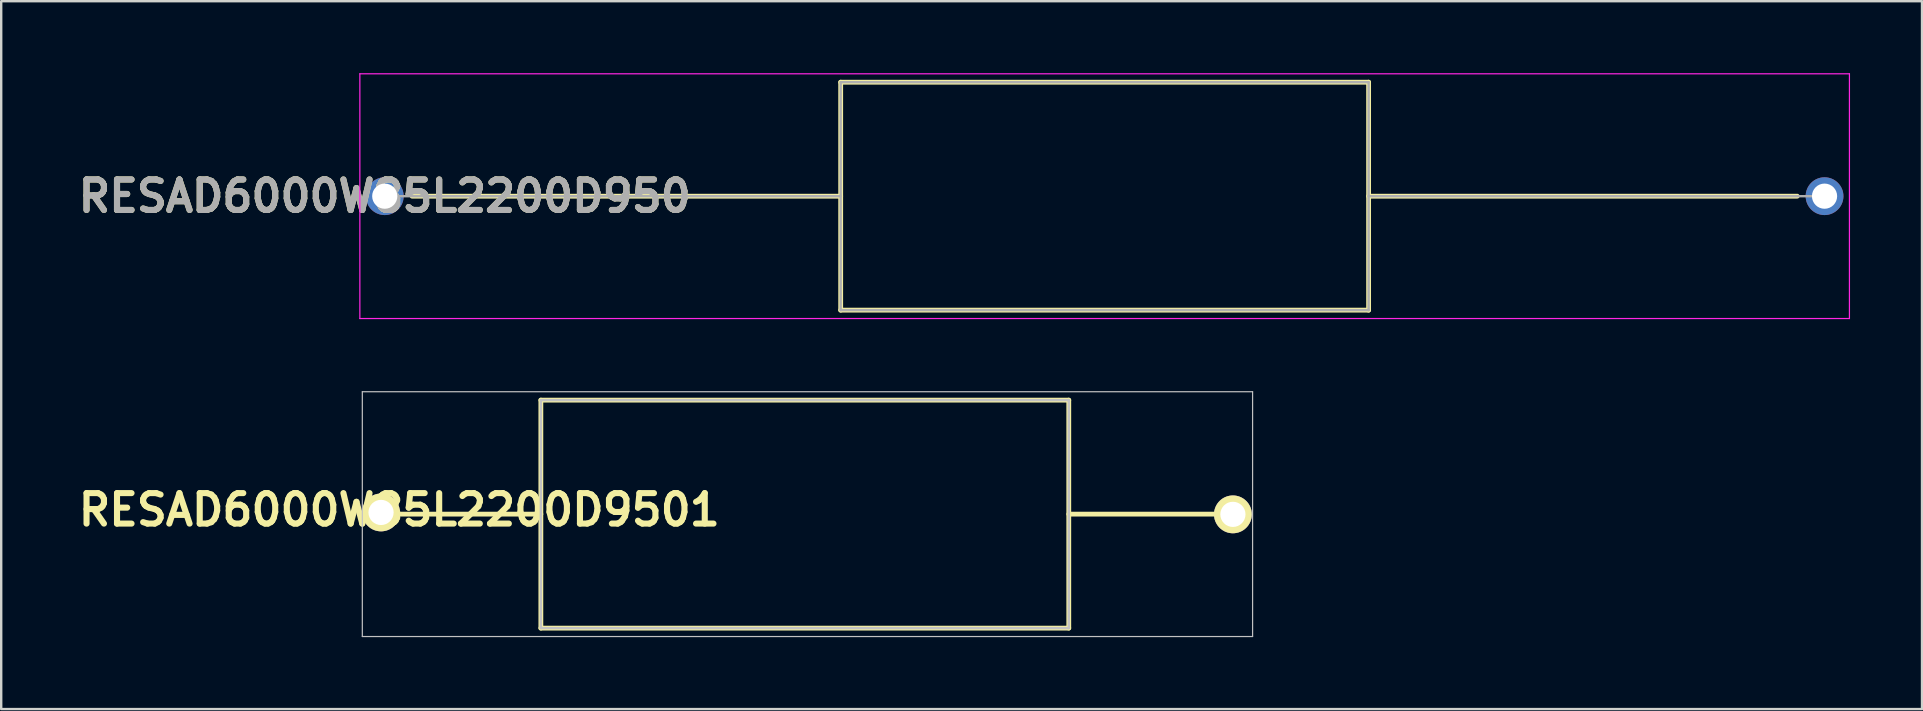
<source format=kicad_pcb>
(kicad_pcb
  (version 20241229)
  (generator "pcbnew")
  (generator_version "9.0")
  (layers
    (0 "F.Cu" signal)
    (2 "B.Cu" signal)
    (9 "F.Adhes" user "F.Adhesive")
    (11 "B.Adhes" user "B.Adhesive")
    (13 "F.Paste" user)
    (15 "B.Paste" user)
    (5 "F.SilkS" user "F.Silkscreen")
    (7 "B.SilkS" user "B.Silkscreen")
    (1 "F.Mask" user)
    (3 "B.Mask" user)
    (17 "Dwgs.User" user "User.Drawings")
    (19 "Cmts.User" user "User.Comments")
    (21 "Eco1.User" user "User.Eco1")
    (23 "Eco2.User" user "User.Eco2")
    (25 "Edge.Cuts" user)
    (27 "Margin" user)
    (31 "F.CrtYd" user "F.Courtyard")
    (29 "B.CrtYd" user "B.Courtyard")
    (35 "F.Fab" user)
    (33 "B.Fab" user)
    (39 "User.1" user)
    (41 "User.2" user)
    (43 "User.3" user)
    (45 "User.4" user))
  (footprint "RESAD6000W85L2200D950"
    (layer "F.Cu")
    (at 12.984 5.125)
    (property "Reference" "RESAD6000W85L2200D950" (at 0 0 0) (layer "F.SilkS") (effects (font (size 1.27 1.27) (thickness 0.254))))
    (attr through_hole)
    (fp_line (start 1.138 0) (end 19 0) (stroke (width 0.2) (type solid)) (layer "F.SilkS"))
    (fp_line (start 19 -4.75) (end 41 -4.75) (stroke (width 0.2) (type solid)) (layer "F.SilkS"))
    (fp_line (start 19 4.75) (end 19 -4.75) (stroke (width 0.2) (type solid)) (layer "F.SilkS"))
    (fp_line (start 41 -4.75) (end 41 4.75) (stroke (width 0.2) (type solid)) (layer "F.SilkS"))
    (fp_line (start 41 0) (end 58.862 0) (stroke (width 0.2) (type solid)) (layer "F.SilkS"))
    (fp_line (start 41 4.75) (end 19 4.75) (stroke (width 0.2) (type solid)) (layer "F.SilkS"))
    (fp_line (start -1.038 -5.1) (end 61.037 -5.1) (stroke (width 0.05) (type solid)) (layer "F.CrtYd"))
    (fp_line (start -1.038 5.1) (end -1.038 -5.1) (stroke (width 0.05) (type solid)) (layer "F.CrtYd"))
    (fp_line (start 61.037 -5.1) (end 61.037 5.1) (stroke (width 0.05) (type solid)) (layer "F.CrtYd"))
    (fp_line (start 61.037 5.1) (end -1.038 5.1) (stroke (width 0.05) (type solid)) (layer "F.CrtYd"))
    (fp_line (start 0 0) (end 19 0) (stroke (width 0.1) (type solid)) (layer "F.Fab"))
    (fp_line (start 19 -4.75) (end 41 -4.75) (stroke (width 0.1) (type solid)) (layer "F.Fab"))
    (fp_line (start 19 4.75) (end 19 -4.75) (stroke (width 0.1) (type solid)) (layer "F.Fab"))
    (fp_line (start 41 -4.75) (end 41 4.75) (stroke (width 0.1) (type solid)) (layer "F.Fab"))
    (fp_line (start 41 0) (end 60 0) (stroke (width 0.1) (type solid)) (layer "F.Fab"))
    (fp_line (start 41 4.75) (end 19 4.75) (stroke (width 0.1) (type solid)) (layer "F.Fab"))
    (fp_text user "${REFERENCE}" (at 0 0 0) (layer "F.Fab") (effects (font (size 1.27 1.27) (thickness 0.254))))
    (pad "1" thru_hole circle (at 0 0) (size 1.575 1.575) (drill 1.05) (layers "*.Cu" "*.Mask"))
    (pad "2" thru_hole circle (at 60 0) (size 1.575 1.575) (drill 1.05) (layers "*.Cu" "*.Mask")))
  (footprint "RESAD6000W85L2200D9501"
    (layer "F.Cu")
    (at 0.489 18.375)
    (property "Reference" "RESAD6000W85L2200D9501" (at 13.1 -0.18 0) (layer "F.SilkS") (effects (font (size 1.27 1.27) (thickness 0.254))))
    (attr through_hole)
    (fp_line (start 13.09 0) (end 19 0) (stroke (width 0.2) (type solid)) (layer "F.SilkS"))
    (fp_line (start 19 -4.75) (end 41 -4.75) (stroke (width 0.2) (type solid)) (layer "F.SilkS"))
    (fp_line (start 19 4.75) (end 19 -4.75) (stroke (width 0.2) (type solid)) (layer "F.SilkS"))
    (fp_line (start 41 -4.75) (end 41 4.75) (stroke (width 0.2) (type solid)) (layer "F.SilkS"))
    (fp_line (start 41 0) (end 47.81 0) (stroke (width 0.2) (type solid)) (layer "F.SilkS"))
    (fp_line (start 41 4.75) (end 19 4.75) (stroke (width 0.2) (type solid)) (layer "F.SilkS"))
    (fp_line (start 11.56 -5.1) (end 48.66 -5.1) (stroke (width 0.05) (type solid)) (layer "Dwgs.User"))
    (fp_line (start 11.56 5.1) (end 11.56 -5.1) (stroke (width 0.05) (type solid)) (layer "Dwgs.User"))
    (fp_line (start 19 -4.75) (end 41 -4.75) (stroke (width 0.1) (type solid)) (layer "Dwgs.User"))
    (fp_line (start 19 4.75) (end 19 -4.75) (stroke (width 0.1) (type solid)) (layer "Dwgs.User"))
    (fp_line (start 41 -4.75) (end 41 4.75) (stroke (width 0.1) (type solid)) (layer "Dwgs.User"))
    (fp_line (start 41 4.75) (end 19 4.75) (stroke (width 0.1) (type solid)) (layer "Dwgs.User"))
    (fp_line (start 48.66 -5.1) (end 48.66 5.1) (stroke (width 0.05) (type solid)) (layer "Dwgs.User"))
    (fp_line (start 48.66 5.1) (end 11.56 5.1) (stroke (width 0.05) (type solid)) (layer "Dwgs.User"))
    (pad "1" thru_hole circle (at 12.34 -0.07 90) (size 1.575 1.575) (drill 1.05) (layers "*.Cu" "*.Mask" "F.SilkS"))
    (pad "2" thru_hole circle (at 47.84 0.01 90) (size 1.575 1.575) (drill 1.05) (layers "*.Cu" "*.Mask" "F.SilkS")))
  (gr_rect
    (start -3 -3)
    (end 77.046 26.5)
    (stroke (width 0.1) (type default))
    (fill no)
    (layer "Edge.Cuts")))
</source>
